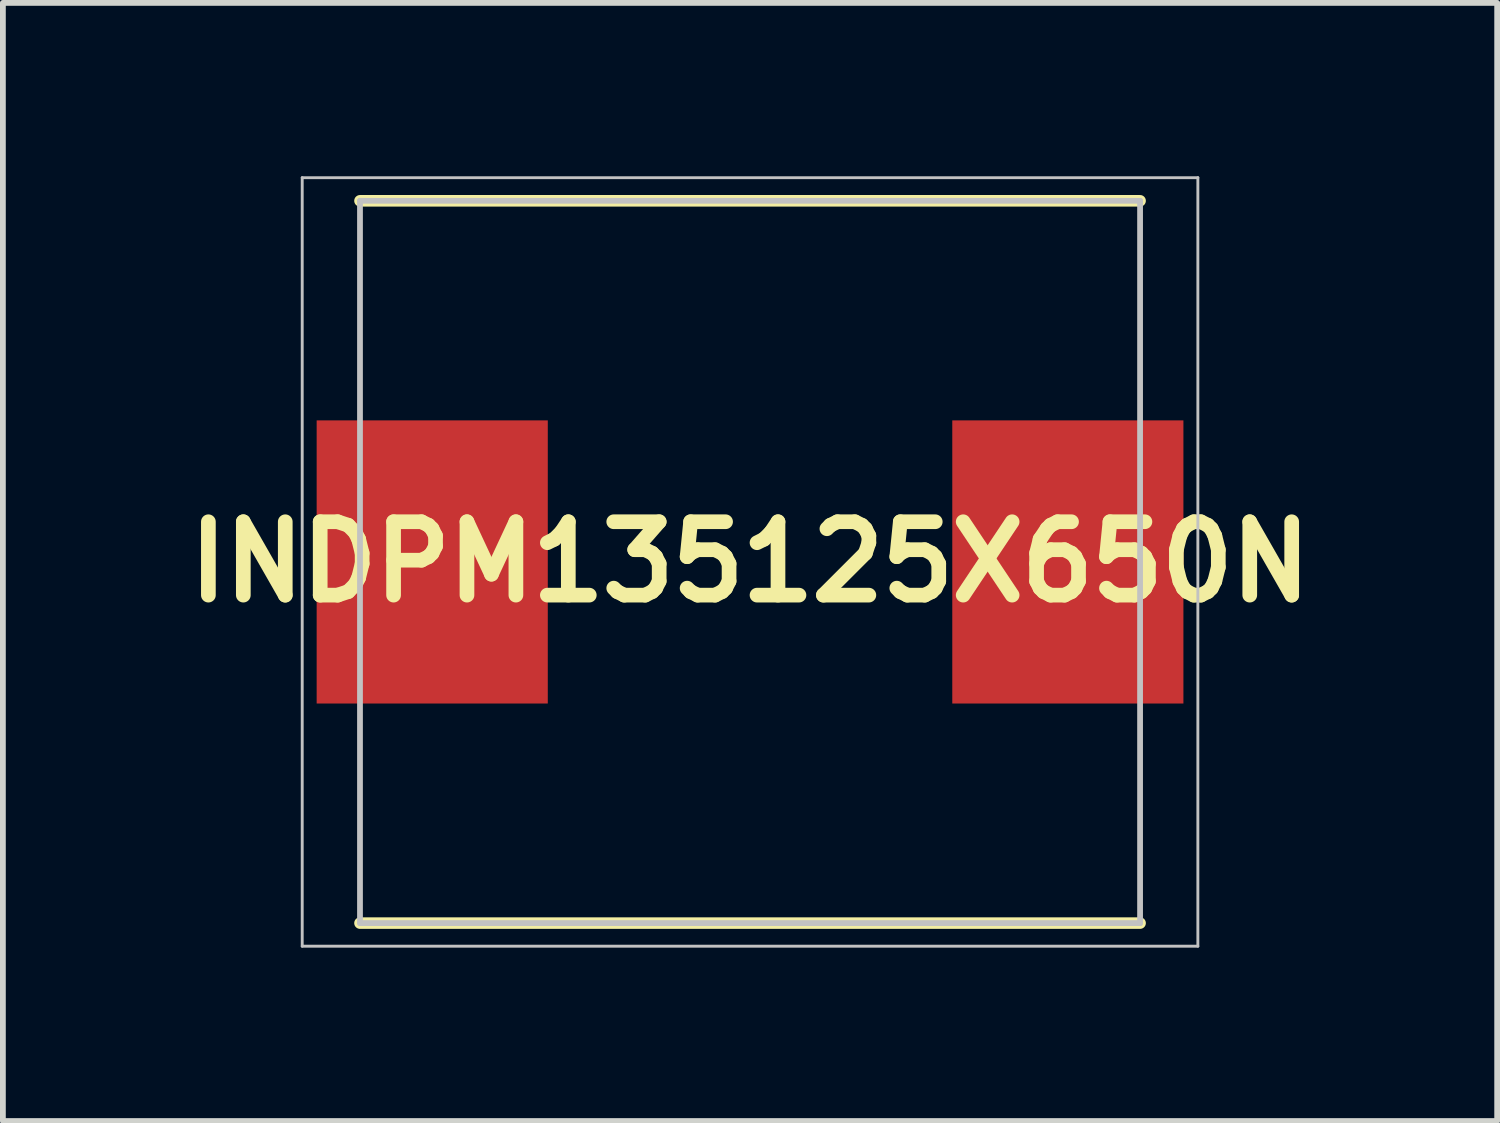
<source format=kicad_pcb>
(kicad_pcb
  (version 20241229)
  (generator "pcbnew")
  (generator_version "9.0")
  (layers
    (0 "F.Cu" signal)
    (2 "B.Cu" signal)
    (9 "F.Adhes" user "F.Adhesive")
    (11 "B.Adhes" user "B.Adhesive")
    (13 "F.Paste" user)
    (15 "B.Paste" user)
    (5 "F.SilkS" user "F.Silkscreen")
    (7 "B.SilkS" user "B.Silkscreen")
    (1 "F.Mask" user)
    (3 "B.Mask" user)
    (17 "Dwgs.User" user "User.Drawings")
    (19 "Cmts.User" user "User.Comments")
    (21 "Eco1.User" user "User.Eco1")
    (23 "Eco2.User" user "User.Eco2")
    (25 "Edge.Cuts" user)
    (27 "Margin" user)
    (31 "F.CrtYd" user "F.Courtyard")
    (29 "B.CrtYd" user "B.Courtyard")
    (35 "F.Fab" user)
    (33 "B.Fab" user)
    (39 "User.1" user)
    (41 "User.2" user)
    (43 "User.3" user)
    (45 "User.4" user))
  (footprint "INDPM135125X650N"
    (layer "F.Cu")
    (at 9.93 6.675)
    (property "Reference" "INDPM135125X650N" (at 0 0 0) (layer "F.SilkS") (effects (font (size 1.27 1.27) (thickness 0.254))))
    (attr smd)
    (fp_line (start -6.75 6.25) (end 6.75 6.25) (stroke (width 0.2) (type solid)) (layer "F.SilkS"))
    (fp_line (start 6.75 -6.25) (end -6.75 -6.25) (stroke (width 0.2) (type solid)) (layer "F.SilkS"))
    (fp_line (start -7.75 -6.65) (end 7.75 -6.65) (stroke (width 0.05) (type solid)) (layer "Dwgs.User"))
    (fp_line (start -7.75 6.65) (end -7.75 -6.65) (stroke (width 0.05) (type solid)) (layer "Dwgs.User"))
    (fp_line (start -6.75 -6.25) (end 6.75 -6.25) (stroke (width 0.1) (type solid)) (layer "Dwgs.User"))
    (fp_line (start -6.75 6.25) (end -6.75 -6.25) (stroke (width 0.1) (type solid)) (layer "Dwgs.User"))
    (fp_line (start 6.75 -6.25) (end 6.75 6.25) (stroke (width 0.1) (type solid)) (layer "Dwgs.User"))
    (fp_line (start 6.75 6.25) (end -6.75 6.25) (stroke (width 0.1) (type solid)) (layer "Dwgs.User"))
    (fp_line (start 7.75 -6.65) (end 7.75 6.65) (stroke (width 0.05) (type solid)) (layer "Dwgs.User"))
    (fp_line (start 7.75 6.65) (end -7.75 6.65) (stroke (width 0.05) (type solid)) (layer "Dwgs.User"))
    (pad "1" smd rect (at -5.5 0) (size 4 4.9) (layers "F.Cu" "F.Mask" "F.Paste"))
    (pad "2" smd rect (at 5.5 0) (size 4 4.9) (layers "F.Cu" "F.Mask" "F.Paste")))
  (gr_rect
    (start -3 -3)
    (end 22.86 16.35)
    (stroke (width 0.1) (type default))
    (fill no)
    (layer "Edge.Cuts")))
</source>
